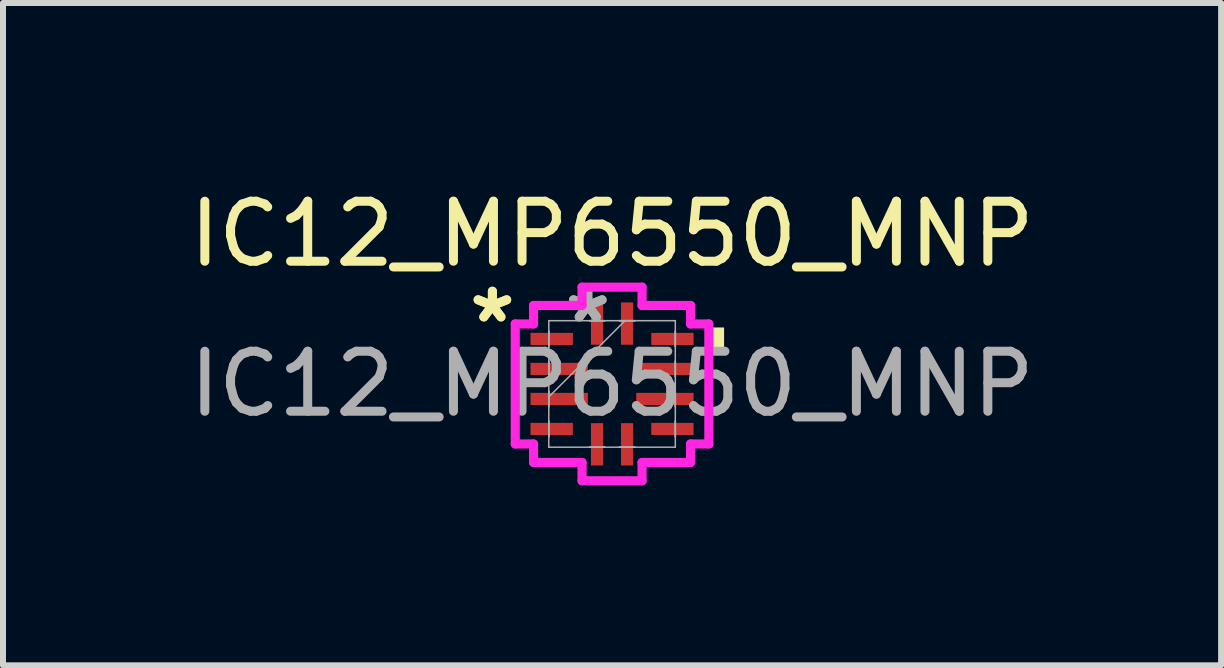
<source format=kicad_pcb>
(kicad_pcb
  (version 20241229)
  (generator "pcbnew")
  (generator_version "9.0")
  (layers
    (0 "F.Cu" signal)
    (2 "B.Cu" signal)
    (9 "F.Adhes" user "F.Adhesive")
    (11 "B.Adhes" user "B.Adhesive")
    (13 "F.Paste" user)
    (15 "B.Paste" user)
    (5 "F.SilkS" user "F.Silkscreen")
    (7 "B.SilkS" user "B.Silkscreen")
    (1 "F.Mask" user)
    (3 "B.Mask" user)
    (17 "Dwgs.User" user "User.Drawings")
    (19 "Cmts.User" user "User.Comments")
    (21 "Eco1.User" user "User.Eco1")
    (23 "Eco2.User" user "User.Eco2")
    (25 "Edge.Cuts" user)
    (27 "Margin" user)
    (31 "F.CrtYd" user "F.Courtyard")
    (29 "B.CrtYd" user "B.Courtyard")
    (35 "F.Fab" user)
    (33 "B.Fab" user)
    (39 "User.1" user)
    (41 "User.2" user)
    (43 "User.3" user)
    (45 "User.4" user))
  (footprint "IC12_MP6550_MNP"
    (layer "F.Cu")
    (at 7.149 3.348)
    (property "Reference" "IC12_MP6550_MNP" (at 0 -2.5 0) (unlocked yes) (layer "F.SilkS") (effects (font (size 1 1) (thickness 0.15))))
    (attr smd)
    (fp_poly (pts (xy 1.867 -0.941) (xy 1.867 -0.56) (xy 1.613 -0.56) (xy 1.613 -0.941)) (stroke (width 0) (type solid)) (fill yes) (layer "F.SilkS"))
    (fp_line (start -1.613 -1) (end -1.308 -1) (stroke (width 0.152) (type solid)) (layer "F.CrtYd"))
    (fp_line (start -1.613 1) (end -1.613 -1) (stroke (width 0.152) (type solid)) (layer "F.CrtYd"))
    (fp_line (start -1.308 -1.308) (end -0.5 -1.308) (stroke (width 0.152) (type solid)) (layer "F.CrtYd"))
    (fp_line (start -1.308 -1) (end -1.308 -1.308) (stroke (width 0.152) (type solid)) (layer "F.CrtYd"))
    (fp_line (start -1.308 1) (end -1.613 1) (stroke (width 0.152) (type solid)) (layer "F.CrtYd"))
    (fp_line (start -1.308 1.308) (end -1.308 1) (stroke (width 0.152) (type solid)) (layer "F.CrtYd"))
    (fp_line (start -0.5 -1.613) (end 0.5 -1.613) (stroke (width 0.152) (type solid)) (layer "F.CrtYd"))
    (fp_line (start -0.5 -1.308) (end -0.5 -1.613) (stroke (width 0.152) (type solid)) (layer "F.CrtYd"))
    (fp_line (start -0.5 1.308) (end -1.308 1.308) (stroke (width 0.152) (type solid)) (layer "F.CrtYd"))
    (fp_line (start -0.5 1.613) (end -0.5 1.308) (stroke (width 0.152) (type solid)) (layer "F.CrtYd"))
    (fp_line (start 0.5 -1.613) (end 0.5 -1.308) (stroke (width 0.152) (type solid)) (layer "F.CrtYd"))
    (fp_line (start 0.5 -1.308) (end 1.308 -1.308) (stroke (width 0.152) (type solid)) (layer "F.CrtYd"))
    (fp_line (start 0.5 1.308) (end 0.5 1.613) (stroke (width 0.152) (type solid)) (layer "F.CrtYd"))
    (fp_line (start 0.5 1.613) (end -0.5 1.613) (stroke (width 0.152) (type solid)) (layer "F.CrtYd"))
    (fp_line (start 1.308 -1.308) (end 1.308 -1) (stroke (width 0.152) (type solid)) (layer "F.CrtYd"))
    (fp_line (start 1.308 -1) (end 1.613 -1) (stroke (width 0.152) (type solid)) (layer "F.CrtYd"))
    (fp_line (start 1.308 1) (end 1.308 1.308) (stroke (width 0.152) (type solid)) (layer "F.CrtYd"))
    (fp_line (start 1.308 1.308) (end 0.5 1.308) (stroke (width 0.152) (type solid)) (layer "F.CrtYd"))
    (fp_line (start 1.613 -1) (end 1.613 1) (stroke (width 0.152) (type solid)) (layer "F.CrtYd"))
    (fp_line (start 1.613 1) (end 1.308 1) (stroke (width 0.152) (type solid)) (layer "F.CrtYd"))
    (fp_line (start -1.054 -1.054) (end -1.054 -1.054) (stroke (width 0.025) (type solid)) (layer "F.Fab"))
    (fp_line (start -1.054 -1.054) (end -1.054 1.054) (stroke (width 0.025) (type solid)) (layer "F.Fab"))
    (fp_line (start -1.054 -0.877) (end -1.054 -0.877) (stroke (width 0.025) (type solid)) (layer "F.Fab"))
    (fp_line (start -1.054 -0.877) (end -1.054 -0.623) (stroke (width 0.025) (type solid)) (layer "F.Fab"))
    (fp_line (start -1.054 -0.623) (end -1.054 -0.877) (stroke (width 0.025) (type solid)) (layer "F.Fab"))
    (fp_line (start -1.054 -0.623) (end -1.054 -0.623) (stroke (width 0.025) (type solid)) (layer "F.Fab"))
    (fp_line (start -1.054 -0.377) (end -1.054 -0.377) (stroke (width 0.025) (type solid)) (layer "F.Fab"))
    (fp_line (start -1.054 -0.377) (end -1.054 -0.123) (stroke (width 0.025) (type solid)) (layer "F.Fab"))
    (fp_line (start -1.054 -0.123) (end -1.054 -0.377) (stroke (width 0.025) (type solid)) (layer "F.Fab"))
    (fp_line (start -1.054 -0.123) (end -1.054 -0.123) (stroke (width 0.025) (type solid)) (layer "F.Fab"))
    (fp_line (start -1.054 0.123) (end -1.054 0.123) (stroke (width 0.025) (type solid)) (layer "F.Fab"))
    (fp_line (start -1.054 0.123) (end -1.054 0.377) (stroke (width 0.025) (type solid)) (layer "F.Fab"))
    (fp_line (start -1.054 0.216) (end 0.216 -1.054) (stroke (width 0.025) (type solid)) (layer "F.Fab"))
    (fp_line (start -1.054 0.377) (end -1.054 0.123) (stroke (width 0.025) (type solid)) (layer "F.Fab"))
    (fp_line (start -1.054 0.377) (end -1.054 0.377) (stroke (width 0.025) (type solid)) (layer "F.Fab"))
    (fp_line (start -1.054 0.623) (end -1.054 0.623) (stroke (width 0.025) (type solid)) (layer "F.Fab"))
    (fp_line (start -1.054 0.623) (end -1.054 0.877) (stroke (width 0.025) (type solid)) (layer "F.Fab"))
    (fp_line (start -1.054 0.877) (end -1.054 0.623) (stroke (width 0.025) (type solid)) (layer "F.Fab"))
    (fp_line (start -1.054 0.877) (end -1.054 0.877) (stroke (width 0.025) (type solid)) (layer "F.Fab"))
    (fp_line (start -1.054 1.054) (end -1.054 1.054) (stroke (width 0.025) (type solid)) (layer "F.Fab"))
    (fp_line (start -1.054 1.054) (end 1.054 1.054) (stroke (width 0.025) (type solid)) (layer "F.Fab"))
    (fp_line (start -0.377 -1.054) (end -0.377 -1.054) (stroke (width 0.025) (type solid)) (layer "F.Fab"))
    (fp_line (start -0.377 -1.054) (end -0.123 -1.054) (stroke (width 0.025) (type solid)) (layer "F.Fab"))
    (fp_line (start -0.377 1.054) (end -0.377 1.054) (stroke (width 0.025) (type solid)) (layer "F.Fab"))
    (fp_line (start -0.377 1.054) (end -0.123 1.054) (stroke (width 0.025) (type solid)) (layer "F.Fab"))
    (fp_line (start -0.123 -1.054) (end -0.377 -1.054) (stroke (width 0.025) (type solid)) (layer "F.Fab"))
    (fp_line (start -0.123 -1.054) (end -0.123 -1.054) (stroke (width 0.025) (type solid)) (layer "F.Fab"))
    (fp_line (start -0.123 1.054) (end -0.377 1.054) (stroke (width 0.025) (type solid)) (layer "F.Fab"))
    (fp_line (start -0.123 1.054) (end -0.123 1.054) (stroke (width 0.025) (type solid)) (layer "F.Fab"))
    (fp_line (start 0.123 -1.054) (end 0.123 -1.054) (stroke (width 0.025) (type solid)) (layer "F.Fab"))
    (fp_line (start 0.123 -1.054) (end 0.377 -1.054) (stroke (width 0.025) (type solid)) (layer "F.Fab"))
    (fp_line (start 0.123 1.054) (end 0.123 1.054) (stroke (width 0.025) (type solid)) (layer "F.Fab"))
    (fp_line (start 0.123 1.054) (end 0.377 1.054) (stroke (width 0.025) (type solid)) (layer "F.Fab"))
    (fp_line (start 0.377 -1.054) (end 0.123 -1.054) (stroke (width 0.025) (type solid)) (layer "F.Fab"))
    (fp_line (start 0.377 -1.054) (end 0.377 -1.054) (stroke (width 0.025) (type solid)) (layer "F.Fab"))
    (fp_line (start 0.377 1.054) (end 0.123 1.054) (stroke (width 0.025) (type solid)) (layer "F.Fab"))
    (fp_line (start 0.377 1.054) (end 0.377 1.054) (stroke (width 0.025) (type solid)) (layer "F.Fab"))
    (fp_line (start 1.054 -1.054) (end -1.054 -1.054) (stroke (width 0.025) (type solid)) (layer "F.Fab"))
    (fp_line (start 1.054 -1.054) (end 1.054 -1.054) (stroke (width 0.025) (type solid)) (layer "F.Fab"))
    (fp_line (start 1.054 -0.877) (end 1.054 -0.877) (stroke (width 0.025) (type solid)) (layer "F.Fab"))
    (fp_line (start 1.054 -0.877) (end 1.054 -0.623) (stroke (width 0.025) (type solid)) (layer "F.Fab"))
    (fp_line (start 1.054 -0.623) (end 1.054 -0.877) (stroke (width 0.025) (type solid)) (layer "F.Fab"))
    (fp_line (start 1.054 -0.623) (end 1.054 -0.623) (stroke (width 0.025) (type solid)) (layer "F.Fab"))
    (fp_line (start 1.054 -0.377) (end 1.054 -0.377) (stroke (width 0.025) (type solid)) (layer "F.Fab"))
    (fp_line (start 1.054 -0.377) (end 1.054 -0.123) (stroke (width 0.025) (type solid)) (layer "F.Fab"))
    (fp_line (start 1.054 -0.123) (end 1.054 -0.377) (stroke (width 0.025) (type solid)) (layer "F.Fab"))
    (fp_line (start 1.054 -0.123) (end 1.054 -0.123) (stroke (width 0.025) (type solid)) (layer "F.Fab"))
    (fp_line (start 1.054 0.123) (end 1.054 0.123) (stroke (width 0.025) (type solid)) (layer "F.Fab"))
    (fp_line (start 1.054 0.123) (end 1.054 0.377) (stroke (width 0.025) (type solid)) (layer "F.Fab"))
    (fp_line (start 1.054 0.377) (end 1.054 0.123) (stroke (width 0.025) (type solid)) (layer "F.Fab"))
    (fp_line (start 1.054 0.377) (end 1.054 0.377) (stroke (width 0.025) (type solid)) (layer "F.Fab"))
    (fp_line (start 1.054 0.623) (end 1.054 0.623) (stroke (width 0.025) (type solid)) (layer "F.Fab"))
    (fp_line (start 1.054 0.623) (end 1.054 0.877) (stroke (width 0.025) (type solid)) (layer "F.Fab"))
    (fp_line (start 1.054 0.877) (end 1.054 0.623) (stroke (width 0.025) (type solid)) (layer "F.Fab"))
    (fp_line (start 1.054 0.877) (end 1.054 0.877) (stroke (width 0.025) (type solid)) (layer "F.Fab"))
    (fp_line (start 1.054 1.054) (end 1.054 -1.054) (stroke (width 0.025) (type solid)) (layer "F.Fab"))
    (fp_line (start 1.054 1.054) (end 1.054 1.054) (stroke (width 0.025) (type solid)) (layer "F.Fab"))
    (fp_text user "*" (at -1.994 -1 0) (unlocked yes) (layer "F.SilkS") (effects (font (size 1 1) (thickness 0.15))))
    (fp_text user "*" (at -1.994 -1 0) (layer "F.SilkS") (effects (font (size 1 1) (thickness 0.15))))
    (fp_text user "*" (at -0.404 -1 0) (layer "F.Fab") (effects (font (size 1 1) (thickness 0.15))))
    (fp_text user "*" (at -0.404 -1 0) (unlocked yes) (layer "F.Fab") (effects (font (size 1 1) (thickness 0.15))))
    (fp_text user "${REFERENCE}" (at 0 0 0) (unlocked yes) (layer "F.Fab") (effects (font (size 1 1) (thickness 0.15))))
    (pad "1" smd rect (at -1.006 -0.75 90) (size 0.203 0.705) (layers "F.Cu" "F.Mask" "F.Paste"))
    (pad "2" smd rect (at -0.881 -0.25 90) (size 0.203 0.955) (layers "F.Cu" "F.Mask" "F.Paste"))
    (pad "3" smd rect (at -0.881 0.25 90) (size 0.203 0.955) (layers "F.Cu" "F.Mask" "F.Paste"))
    (pad "4" smd rect (at -1.006 0.75 90) (size 0.203 0.705) (layers "F.Cu" "F.Mask" "F.Paste"))
    (pad "5" smd rect (at -0.25 1.006) (size 0.203 0.705) (layers "F.Cu" "F.Mask" "F.Paste"))
    (pad "6" smd rect (at 0.25 1.006) (size 0.203 0.705) (layers "F.Cu" "F.Mask" "F.Paste"))
    (pad "7" smd rect (at 1.006 0.75 90) (size 0.203 0.705) (layers "F.Cu" "F.Mask" "F.Paste"))
    (pad "8" smd rect (at 0.881 0.25 90) (size 0.203 0.955) (layers "F.Cu" "F.Mask" "F.Paste"))
    (pad "9" smd rect (at 0.881 -0.25 90) (size 0.203 0.955) (layers "F.Cu" "F.Mask" "F.Paste"))
    (pad "10" smd rect (at 1.006 -0.75 90) (size 0.203 0.705) (layers "F.Cu" "F.Mask" "F.Paste"))
    (pad "11" smd rect (at 0.25 -1.006) (size 0.203 0.705) (layers "F.Cu" "F.Mask" "F.Paste"))
    (pad "12" smd rect (at -0.25 -1.006) (size 0.203 0.705) (layers "F.Cu" "F.Mask" "F.Paste")))
  (gr_rect
    (start -3 -3)
    (end 17.298 8.037)
    (stroke (width 0.1) (type default))
    (fill no)
    (layer "Edge.Cuts")))
</source>
